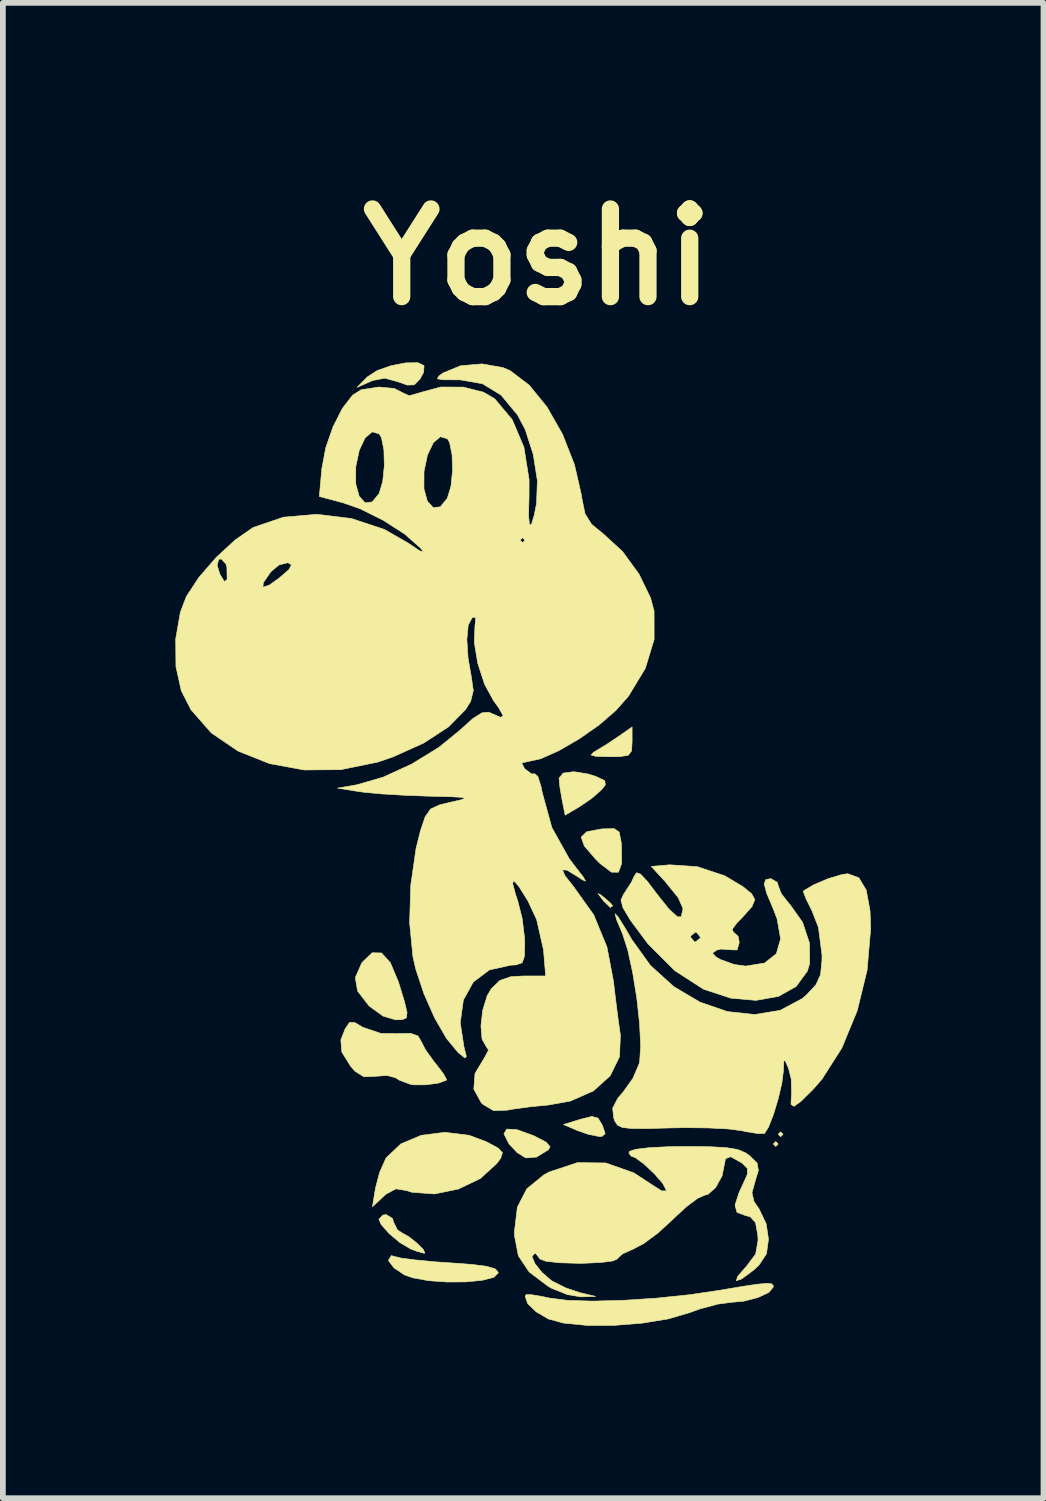
<source format=kicad_pcb>
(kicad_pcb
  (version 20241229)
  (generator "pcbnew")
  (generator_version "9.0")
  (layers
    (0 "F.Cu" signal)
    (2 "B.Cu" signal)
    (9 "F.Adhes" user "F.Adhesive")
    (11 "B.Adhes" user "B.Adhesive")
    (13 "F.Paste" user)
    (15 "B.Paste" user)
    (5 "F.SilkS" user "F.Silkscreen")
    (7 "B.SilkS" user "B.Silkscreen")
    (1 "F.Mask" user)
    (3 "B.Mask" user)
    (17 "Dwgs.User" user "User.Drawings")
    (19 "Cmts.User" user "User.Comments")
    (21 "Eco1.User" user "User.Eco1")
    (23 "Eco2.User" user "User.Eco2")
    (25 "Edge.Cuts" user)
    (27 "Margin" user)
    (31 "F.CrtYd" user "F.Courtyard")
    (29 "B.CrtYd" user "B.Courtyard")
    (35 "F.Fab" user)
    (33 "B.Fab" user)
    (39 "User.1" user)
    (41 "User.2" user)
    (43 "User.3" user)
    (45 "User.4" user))
  (footprint "Yoshi"
    (layer "F.Cu")
    (at 5.993 11.718)
    (property "Reference" "Yoshi" (at 0.3 -10.3 0) (layer "F.SilkS") (effects (font (size 1.524 1.524) (thickness 0.3))))
    (attr through_hole)
    (fp_poly (pts (xy 4.487 5.122) (xy 4.445 5.165) (xy 4.403 5.122) (xy 4.445 5.08) (xy 4.487 5.122)) (stroke (width 0.01) (type solid)) (fill yes) (layer "F.SilkS"))
    (fp_poly (pts (xy 4.572 4.953) (xy 4.53 4.995) (xy 4.487 4.953) (xy 4.53 4.911) (xy 4.572 4.953)) (stroke (width 0.01) (type solid)) (fill yes) (layer "F.SilkS"))
    (fp_poly (pts (xy 1.399 0.789) (xy 1.46 0.836) (xy 1.578 0.94) (xy 1.609 0.984) (xy 1.567 1.009) (xy 1.455 0.901) (xy 1.429 0.868) (xy 1.355 0.768) (xy 1.399 0.789)) (stroke (width 0.01) (type solid)) (fill yes) (layer "F.SilkS"))
    (fp_poly (pts (xy 1.355 4.673) (xy 1.431 4.798) (xy 1.479 4.943) (xy 1.423 4.99) (xy 1.374 4.992) (xy 1.191 4.956) (xy 0.991 4.886) (xy 0.754 4.784) (xy 1.047 4.693) (xy 1.248 4.643) (xy 1.355 4.673)) (stroke (width 0.01) (type solid)) (fill yes) (layer "F.SilkS"))
    (fp_poly (pts (xy 1.947 -1.868) (xy 1.938 -1.712) (xy 1.879 -1.636) (xy 1.727 -1.612) (xy 1.545 -1.611) (xy 1.315 -1.618) (xy 1.233 -1.641) (xy 1.277 -1.688) (xy 1.312 -1.709) (xy 1.505 -1.826) (xy 1.714 -1.966) (xy 1.947 -2.128) (xy 1.947 -1.868)) (stroke (width 0.01) (type solid)) (fill yes) (layer "F.SilkS"))
    (fp_poly (pts (xy -0.057 4.872) (xy 0.234 4.977) (xy 0.241 4.98) (xy 0.454 5.091) (xy 0.522 5.172) (xy 0.489 5.224) (xy 0.286 5.349) (xy 0.115 5.364) (xy 0.085 5.357) (xy -0.054 5.27) (xy -0.195 5.117) (xy -0.282 4.945) (xy -0.232 4.863) (xy -0.057 4.872)) (stroke (width 0.01) (type solid)) (fill yes) (layer "F.SilkS"))
    (fp_poly (pts (xy 1.188 -1.31) (xy 1.318 -1.268) (xy 1.471 -1.196) (xy 1.483 -1.122) (xy 1.414 -1.035) (xy 1.246 -0.888) (xy 1.032 -0.742) (xy 0.783 -0.595) (xy 0.73 -0.859) (xy 0.692 -1.082) (xy 0.677 -1.238) (xy 0.749 -1.327) (xy 0.934 -1.351) (xy 1.188 -1.31)) (stroke (width 0.01) (type solid)) (fill yes) (layer "F.SilkS"))
    (fp_poly (pts (xy 1.723 -0.3) (xy 1.757 -0.126) (xy 1.762 -0.065) (xy 1.766 0.244) (xy 1.71 0.397) (xy 1.587 0.396) (xy 1.389 0.245) (xy 1.313 0.17) (xy 1.115 -0.061) (xy 1.062 -0.214) (xy 1.157 -0.306) (xy 1.405 -0.354) (xy 1.441 -0.357) (xy 1.635 -0.361) (xy 1.723 -0.3)) (stroke (width 0.01) (type solid)) (fill yes) (layer "F.SilkS"))
    (fp_poly (pts (xy -1.67 -8.412) (xy -1.678 -8.294) (xy -1.74 -8.179) (xy -1.84 -8.077) (xy -1.964 -8.073) (xy -2.117 -8.128) (xy -2.354 -8.193) (xy -2.566 -8.152) (xy -2.607 -8.134) (xy -2.836 -8.032) (xy -2.655 -8.216) (xy -2.485 -8.325) (xy -2.244 -8.41) (xy -1.989 -8.459) (xy -1.777 -8.462) (xy -1.67 -8.412)) (stroke (width 0.01) (type solid)) (fill yes) (layer "F.SilkS"))
    (fp_poly (pts (xy -2.409 1.801) (xy -2.256 1.97) (xy -2.115 2.305) (xy -2.108 2.328) (xy -2.011 2.646) (xy -1.966 2.835) (xy -1.977 2.928) (xy -2.047 2.96) (xy -2.166 2.963) (xy -2.384 2.898) (xy -2.617 2.729) (xy -2.631 2.716) (xy -2.826 2.463) (xy -2.865 2.229) (xy -2.755 1.978) (xy -2.743 1.961) (xy -2.572 1.797) (xy -2.409 1.801)) (stroke (width 0.01) (type solid)) (fill yes) (layer "F.SilkS"))
    (fp_poly (pts (xy -2.217 6.418) (xy -2.201 6.48) (xy -2.132 6.617) (xy -2.06 6.664) (xy -1.931 6.737) (xy -1.792 6.848) (xy -1.685 6.955) (xy -1.656 7.018) (xy -1.672 7.022) (xy -1.795 6.988) (xy -1.905 6.946) (xy -2.092 6.835) (xy -2.281 6.676) (xy -2.418 6.519) (xy -2.455 6.431) (xy -2.387 6.359) (xy -2.328 6.35) (xy -2.217 6.418)) (stroke (width 0.01) (type solid)) (fill yes) (layer "F.SilkS"))
    (fp_poly (pts (xy -2.191 7.076) (xy -2.07 7.106) (xy -1.822 7.138) (xy -1.486 7.17) (xy -1.239 7.187) (xy -0.836 7.216) (xy -0.577 7.25) (xy -0.434 7.292) (xy -0.383 7.349) (xy -0.381 7.366) (xy -0.458 7.441) (xy -0.66 7.492) (xy -0.944 7.52) (xy -1.269 7.522) (xy -1.59 7.499) (xy -1.866 7.449) (xy -2.011 7.398) (xy -2.193 7.276) (xy -2.284 7.156) (xy -2.286 7.139) (xy -2.238 7.062) (xy -2.191 7.076)) (stroke (width 0.01) (type solid)) (fill yes) (layer "F.SilkS"))
    (fp_poly (pts (xy -0.886 4.971) (xy -0.587 5.083) (xy -0.383 5.193) (xy -0.307 5.272) (xy -0.336 5.366) (xy -0.4 5.456) (xy -0.689 5.721) (xy -1.072 5.905) (xy -1.49 5.991) (xy -1.883 5.961) (xy -1.974 5.932) (xy -2.16 5.902) (xy -2.328 5.992) (xy -2.375 6.033) (xy -2.567 6.213) (xy -2.515 5.891) (xy -2.443 5.616) (xy -2.336 5.377) (xy -2.326 5.36) (xy -2.074 5.121) (xy -1.72 4.971) (xy -1.309 4.919) (xy -0.886 4.971)) (stroke (width 0.01) (type solid)) (fill yes) (layer "F.SilkS"))
    (fp_poly (pts (xy -2.737 3.092) (xy -2.423 3.199) (xy -2.149 3.203) (xy -1.903 3.198) (xy -1.776 3.244) (xy -1.729 3.323) (xy -1.645 3.484) (xy -1.498 3.689) (xy -1.465 3.729) (xy -1.336 3.897) (xy -1.279 4.001) (xy -1.281 4.013) (xy -1.417 4.063) (xy -1.634 4.093) (xy -1.846 4.094) (xy -1.905 4.085) (xy -2.092 4.016) (xy -2.168 3.97) (xy -2.312 3.931) (xy -2.515 3.945) (xy -2.717 3.954) (xy -2.871 3.857) (xy -2.951 3.764) (xy -3.1 3.523) (xy -3.117 3.312) (xy -3.042 3.121) (xy -2.967 3.01) (xy -2.877 3.009) (xy -2.737 3.092)) (stroke (width 0.01) (type solid)) (fill yes) (layer "F.SilkS"))
    (fp_poly (pts (xy 4.373 7.554) (xy 4.401 7.585) (xy 4.403 7.606) (xy 4.327 7.701) (xy 4.138 7.791) (xy 3.89 7.855) (xy 3.682 7.874) (xy 3.437 7.906) (xy 3.126 7.99) (xy 2.945 8.055) (xy 2.577 8.163) (xy 2.123 8.237) (xy 1.634 8.276) (xy 1.161 8.276) (xy 0.755 8.236) (xy 0.493 8.165) (xy 0.279 8.04) (xy 0.132 7.897) (xy 0.088 7.773) (xy 0.106 7.74) (xy 0.196 7.742) (xy 0.394 7.776) (xy 0.51 7.801) (xy 0.825 7.841) (xy 1.267 7.854) (xy 1.794 7.84) (xy 2.365 7.803) (xy 2.942 7.743) (xy 3.429 7.672) (xy 3.845 7.602) (xy 4.123 7.56) (xy 4.289 7.545) (xy 4.373 7.554)) (stroke (width 0.01) (type solid)) (fill yes) (layer "F.SilkS"))
    (fp_poly (pts (xy 3.078 0.3) (xy 3.559 0.459) (xy 3.873 0.647) (xy 4.026 0.772) (xy 4.081 0.874) (xy 4.032 0.994) (xy 3.871 1.175) (xy 3.773 1.274) (xy 3.686 1.392) (xy 3.709 1.439) (xy 3.79 1.51) (xy 3.81 1.618) (xy 3.773 1.748) (xy 3.683 1.747) (xy 3.494 1.733) (xy 3.419 1.751) (xy 3.344 1.802) (xy 3.405 1.869) (xy 3.483 1.915) (xy 3.726 2.002) (xy 3.921 2.029) (xy 4.251 1.976) (xy 4.455 1.814) (xy 4.529 1.554) (xy 4.467 1.204) (xy 4.405 1.044) (xy 4.287 0.762) (xy 4.243 0.599) (xy 4.271 0.525) (xy 4.36 0.508) (xy 4.473 0.574) (xy 4.487 0.631) (xy 4.543 0.772) (xy 4.679 0.946) (xy 4.693 0.959) (xy 4.912 1.269) (xy 5.031 1.629) (xy 5.035 1.979) (xy 4.995 2.116) (xy 4.799 2.384) (xy 4.491 2.556) (xy 4.102 2.625) (xy 3.664 2.587) (xy 3.206 2.437) (xy 3.175 2.422) (xy 2.688 2.108) (xy 2.223 1.642) (xy 2.135 1.524) (xy 2.963 1.524) (xy 3.028 1.606) (xy 3.048 1.609) (xy 3.13 1.544) (xy 3.133 1.524) (xy 3.068 1.442) (xy 3.048 1.439) (xy 2.966 1.504) (xy 2.963 1.524) (xy 2.135 1.524) (xy 1.918 1.232) (xy 1.789 1.016) (xy 1.753 0.881) (xy 1.801 0.777) (xy 1.809 0.766) (xy 1.936 0.57) (xy 1.98 0.473) (xy 2.024 0.406) (xy 2.095 0.43) (xy 2.217 0.562) (xy 2.39 0.79) (xy 2.594 1.045) (xy 2.737 1.173) (xy 2.802 1.172) (xy 2.832 1.027) (xy 2.749 0.84) (xy 2.542 0.583) (xy 2.525 0.563) (xy 2.28 0.296) (xy 2.6 0.268) (xy 3.078 0.3)) (stroke (width 0.01) (type solid)) (fill yes) (layer "F.SilkS"))
    (fp_poly (pts (xy 5.889 0.493) (xy 6.017 0.705) (xy 6.084 1.066) (xy 6.095 1.38) (xy 6.033 2.101) (xy 5.861 2.805) (xy 5.595 3.451) (xy 5.248 3.996) (xy 5.096 4.17) (xy 4.882 4.382) (xy 4.76 4.468) (xy 4.71 4.433) (xy 4.716 4.279) (xy 4.72 4.255) (xy 4.714 3.994) (xy 4.668 3.81) (xy 4.608 3.672) (xy 4.585 3.682) (xy 4.578 3.851) (xy 4.577 3.858) (xy 4.55 4.069) (xy 4.487 4.338) (xy 4.405 4.609) (xy 4.32 4.827) (xy 4.25 4.938) (xy 4.247 4.94) (xy 4.136 4.941) (xy 3.928 4.908) (xy 3.852 4.891) (xy 3.624 4.861) (xy 3.28 4.843) (xy 2.875 4.838) (xy 2.604 4.843) (xy 2.202 4.854) (xy 1.938 4.853) (xy 1.778 4.835) (xy 1.692 4.794) (xy 1.647 4.725) (xy 1.627 4.669) (xy 1.609 4.5) (xy 1.697 4.328) (xy 1.793 4.217) (xy 1.962 3.979) (xy 2.072 3.721) (xy 2.079 3.687) (xy 2.096 3.413) (xy 2.077 3.029) (xy 2.029 2.588) (xy 1.958 2.146) (xy 1.873 1.755) (xy 1.781 1.469) (xy 1.779 1.464) (xy 1.676 1.218) (xy 1.651 1.119) (xy 1.7 1.168) (xy 1.822 1.362) (xy 1.939 1.564) (xy 2.266 2.019) (xy 2.672 2.386) (xy 3.127 2.656) (xy 3.605 2.82) (xy 4.079 2.871) (xy 4.522 2.798) (xy 4.905 2.594) (xy 4.979 2.53) (xy 5.144 2.353) (xy 5.224 2.177) (xy 5.248 1.929) (xy 5.249 1.836) (xy 5.187 1.356) (xy 5.075 1.069) (xy 4.975 0.867) (xy 4.926 0.74) (xy 4.927 0.721) (xy 5.103 0.616) (xy 5.353 0.51) (xy 5.594 0.437) (xy 5.697 0.423) (xy 5.889 0.493)) (stroke (width 0.01) (type solid)) (fill yes) (layer "F.SilkS"))
    (fp_poly (pts (xy 3.298 5.169) (xy 3.59 5.186) (xy 3.785 5.219) (xy 3.92 5.276) (xy 3.991 5.327) (xy 4.121 5.454) (xy 4.143 5.583) (xy 4.088 5.762) (xy 4.031 5.97) (xy 4.067 6.125) (xy 4.152 6.246) (xy 4.279 6.512) (xy 4.318 6.777) (xy 4.284 7.031) (xy 4.154 7.227) (xy 4.053 7.32) (xy 3.854 7.467) (xy 3.759 7.5) (xy 3.782 7.425) (xy 3.934 7.25) (xy 3.937 7.247) (xy 4.095 7.037) (xy 4.137 6.799) (xy 4.133 6.709) (xy 4.093 6.489) (xy 4.003 6.388) (xy 3.916 6.365) (xy 3.771 6.311) (xy 3.736 6.186) (xy 3.807 5.965) (xy 3.865 5.842) (xy 3.95 5.652) (xy 3.952 5.547) (xy 3.867 5.461) (xy 3.849 5.448) (xy 3.662 5.344) (xy 3.57 5.377) (xy 3.556 5.457) (xy 3.511 5.678) (xy 3.4 5.879) (xy 3.263 6) (xy 3.212 6.011) (xy 3.082 6.069) (xy 2.882 6.22) (xy 2.655 6.432) (xy 2.654 6.434) (xy 2.402 6.665) (xy 2.15 6.853) (xy 1.968 6.948) (xy 1.784 7.031) (xy 1.695 7.11) (xy 1.693 7.119) (xy 1.615 7.155) (xy 1.408 7.182) (xy 1.112 7.196) (xy 1.016 7.197) (xy 0.681 7.187) (xy 0.445 7.16) (xy 0.341 7.12) (xy 0.339 7.112) (xy 0.274 7.03) (xy 0.251 7.027) (xy 0.206 7.078) (xy 0.257 7.201) (xy 0.378 7.354) (xy 0.542 7.495) (xy 0.555 7.504) (xy 0.797 7.626) (xy 1.039 7.707) (xy 1.312 7.772) (xy 1.058 7.78) (xy 0.823 7.741) (xy 0.554 7.634) (xy 0.487 7.596) (xy 0.156 7.346) (xy -0.031 7.065) (xy -0.098 6.714) (xy -0.099 6.648) (xy -0.048 6.221) (xy 0.116 5.902) (xy 0.412 5.66) (xy 0.505 5.609) (xy 0.998 5.446) (xy 1.491 5.452) (xy 1.979 5.625) (xy 2.307 5.84) (xy 2.46 5.937) (xy 2.537 5.938) (xy 2.54 5.924) (xy 2.48 5.808) (xy 2.336 5.641) (xy 2.159 5.474) (xy 2.001 5.358) (xy 1.933 5.334) (xy 1.891 5.282) (xy 1.905 5.249) (xy 2.008 5.214) (xy 2.246 5.186) (xy 2.586 5.169) (xy 2.874 5.165) (xy 3.298 5.169)) (stroke (width 0.01) (type solid)) (fill yes) (layer "F.SilkS"))
    (fp_poly (pts (xy -0.298 -8.377) (xy -0.172 -8.323) (xy 0.158 -8.072) (xy 0.468 -7.691) (xy 0.738 -7.217) (xy 0.945 -6.689) (xy 1.069 -6.146) (xy 1.075 -6.097) (xy 1.129 -5.835) (xy 1.242 -5.653) (xy 1.452 -5.481) (xy 1.782 -5.178) (xy 2.067 -4.787) (xy 2.268 -4.373) (xy 2.329 -4.145) (xy 2.33 -3.651) (xy 2.177 -3.147) (xy 1.884 -2.664) (xy 1.667 -2.418) (xy 1.374 -2.164) (xy 1.028 -1.922) (xy 0.675 -1.717) (xy 0.357 -1.576) (xy 0.122 -1.524) (xy 0.028 -1.502) (xy 0.074 -1.41) (xy 0.084 -1.398) (xy 0.2 -1.312) (xy 0.256 -1.314) (xy 0.309 -1.266) (xy 0.363 -1.096) (xy 0.383 -0.995) (xy 0.552 -0.379) (xy 0.855 0.164) (xy 0.953 0.293) (xy 1.098 0.479) (xy 1.138 0.551) (xy 1.079 0.527) (xy 1.015 0.483) (xy 0.815 0.361) (xy 0.736 0.356) (xy 0.782 0.461) (xy 0.922 0.637) (xy 1.281 1.14) (xy 1.51 1.698) (xy 1.622 2.286) (xy 1.665 2.646) (xy 1.708 2.983) (xy 1.743 3.225) (xy 1.744 3.227) (xy 1.728 3.606) (xy 1.566 3.936) (xy 1.275 4.199) (xy 0.874 4.376) (xy 0.493 4.444) (xy 0.176 4.475) (xy -0.117 4.515) (xy -0.224 4.534) (xy -0.46 4.543) (xy -0.647 4.432) (xy -0.676 4.404) (xy -0.805 4.168) (xy -0.784 3.895) (xy -0.623 3.628) (xy -0.549 3.49) (xy -0.587 3.432) (xy -0.662 3.299) (xy -0.681 3.067) (xy -0.65 2.796) (xy -0.573 2.546) (xy -0.502 2.424) (xy -0.351 2.278) (xy -0.161 2.213) (xy 0.059 2.201) (xy 0.444 2.201) (xy 0.407 1.748) (xy 0.287 1.219) (xy 0.135 0.895) (xy -0.023 0.643) (xy -0.112 0.543) (xy -0.13 0.594) (xy -0.075 0.797) (xy -0.042 0.892) (xy 0.036 1.201) (xy 0.078 1.544) (xy 0.081 1.617) (xy 0.076 1.855) (xy 0.036 1.97) (xy -0.068 2.008) (xy -0.164 2.013) (xy -0.535 2.096) (xy -0.814 2.306) (xy -0.987 2.62) (xy -1.041 3.016) (xy -0.977 3.429) (xy -0.935 3.599) (xy -0.96 3.627) (xy -1.073 3.535) (xy -1.079 3.53) (xy -1.28 3.287) (xy -1.486 2.93) (xy -1.672 2.51) (xy -1.814 2.082) (xy -1.864 1.863) (xy -1.921 1.275) (xy -1.901 0.621) (xy -1.809 -0.017) (xy -1.734 -0.319) (xy -1.651 -0.567) (xy -1.556 -0.702) (xy -1.396 -0.776) (xy -1.207 -0.821) (xy -1.03 -0.861) (xy -0.958 -0.888) (xy -1.006 -0.904) (xy -1.19 -0.915) (xy -1.524 -0.924) (xy -1.609 -0.926) (xy -2.014 -0.941) (xy -2.402 -0.964) (xy -2.71 -0.993) (xy -2.794 -1.004) (xy -3.175 -1.065) (xy -2.836 -1.124) (xy -2.381 -1.256) (xy -1.884 -1.484) (xy -1.409 -1.776) (xy -1.057 -2.063) (xy -0.822 -2.274) (xy -0.663 -2.375) (xy -0.546 -2.385) (xy -0.502 -2.367) (xy -0.338 -2.295) (xy -0.295 -2.324) (xy -0.372 -2.462) (xy -0.461 -2.584) (xy -0.618 -2.871) (xy -0.736 -3.234) (xy -0.797 -3.602) (xy -0.784 -3.903) (xy -0.78 -3.919) (xy -0.774 -4.038) (xy -0.833 -4.03) (xy -0.902 -3.9) (xy -0.926 -3.65) (xy -0.905 -3.324) (xy -0.85 -3.011) (xy -0.814 -2.761) (xy -0.86 -2.573) (xy -0.95 -2.43) (xy -1.245 -2.13) (xy -1.676 -1.849) (xy -2.211 -1.608) (xy -2.477 -1.517) (xy -3.119 -1.386) (xy -3.755 -1.381) (xy -4.359 -1.492) (xy -4.905 -1.71) (xy -5.369 -2.025) (xy -5.722 -2.428) (xy -5.891 -2.758) (xy -5.984 -3.178) (xy -5.988 -3.66) (xy -5.907 -4.124) (xy -5.802 -4.399) (xy -5.697 -4.558) (xy -4.471 -4.558) (xy -4.359 -4.596) (xy -4.19 -4.717) (xy -4.018 -4.866) (xy -3.975 -4.948) (xy -4.037 -4.984) (xy -4.192 -4.946) (xy -4.335 -4.826) (xy -4.465 -4.637) (xy -4.471 -4.558) (xy -5.697 -4.558) (xy -5.586 -4.728) (xy -5.404 -4.938) (xy -5.268 -4.938) (xy -5.22 -4.785) (xy -5.143 -4.657) (xy -5.099 -4.686) (xy -5.094 -4.705) (xy -5.098 -4.902) (xy -5.115 -4.963) (xy -5.195 -5.05) (xy -5.241 -5.043) (xy -5.268 -4.938) (xy -5.404 -4.938) (xy -5.287 -5.073) (xy -4.957 -5.378) (xy -4.651 -5.591) (xy -4.636 -5.599) (xy -4.115 -5.776) (xy -3.533 -5.826) (xy -2.933 -5.753) (xy -2.359 -5.563) (xy -1.942 -5.323) (xy -1.749 -5.193) (xy -1.682 -5.169) (xy -1.727 -5.235) (xy -1.886 -5.376) (xy 0 -5.376) (xy 0.042 -5.334) (xy 0.085 -5.376) (xy 0.042 -5.419) (xy 0 -5.376) (xy -1.886 -5.376) (xy -2.005 -5.481) (xy -2.381 -5.723) (xy -2.788 -5.925) (xy -3.079 -6.026) (xy -3.491 -6.136) (xy -3.471 -6.356) (xy -2.858 -6.356) (xy -2.798 -6.139) (xy -2.696 -6.027) (xy -2.572 -6.041) (xy -2.451 -6.188) (xy -2.426 -6.271) (xy -1.672 -6.271) (xy -1.613 -6.054) (xy -1.511 -5.942) (xy -1.387 -5.956) (xy -1.266 -6.104) (xy -1.203 -6.31) (xy -1.175 -6.584) (xy -1.183 -6.861) (xy -1.226 -7.074) (xy -1.264 -7.139) (xy -1.386 -7.175) (xy -1.508 -7.072) (xy -1.611 -6.857) (xy -1.671 -6.571) (xy -1.672 -6.271) (xy -2.426 -6.271) (xy -2.389 -6.394) (xy -2.361 -6.669) (xy -2.368 -6.946) (xy -2.411 -7.159) (xy -2.449 -7.224) (xy -2.571 -7.26) (xy -2.694 -7.156) (xy -2.796 -6.942) (xy -2.857 -6.656) (xy -2.858 -6.356) (xy -3.471 -6.356) (xy -3.448 -6.618) (xy -3.379 -6.984) (xy -3.253 -7.347) (xy -3.091 -7.666) (xy -2.913 -7.897) (xy -2.763 -7.992) (xy -2.452 -8.039) (xy -2.188 -8.014) (xy -2.051 -7.944) (xy -1.931 -7.887) (xy -1.748 -7.938) (xy -1.734 -7.944) (xy -1.378 -8.039) (xy -0.989 -8.038) (xy -0.634 -7.948) (xy -0.441 -7.834) (xy -0.136 -7.47) (xy 0.066 -6.993) (xy 0.156 -6.429) (xy 0.155 -6.127) (xy 0.147 -5.807) (xy 0.162 -5.647) (xy 0.196 -5.648) (xy 0.246 -5.813) (xy 0.286 -6.017) (xy 0.3 -6.414) (xy 0.228 -6.868) (xy 0.089 -7.3) (xy -0.044 -7.552) (xy -0.332 -7.899) (xy -0.654 -8.096) (xy -1.045 -8.164) (xy -1.116 -8.164) (xy -1.35 -8.165) (xy -1.44 -8.184) (xy -1.408 -8.233) (xy -1.343 -8.282) (xy -1.036 -8.409) (xy -0.663 -8.441) (xy -0.298 -8.377)) (stroke (width 0.01) (type solid)) (fill yes) (layer "F.SilkS")))
  (gr_rect
    (start -3 -3)
    (end 15.093 22.999)
    (stroke (width 0.1) (type default))
    (fill no)
    (layer "Edge.Cuts")))
</source>
